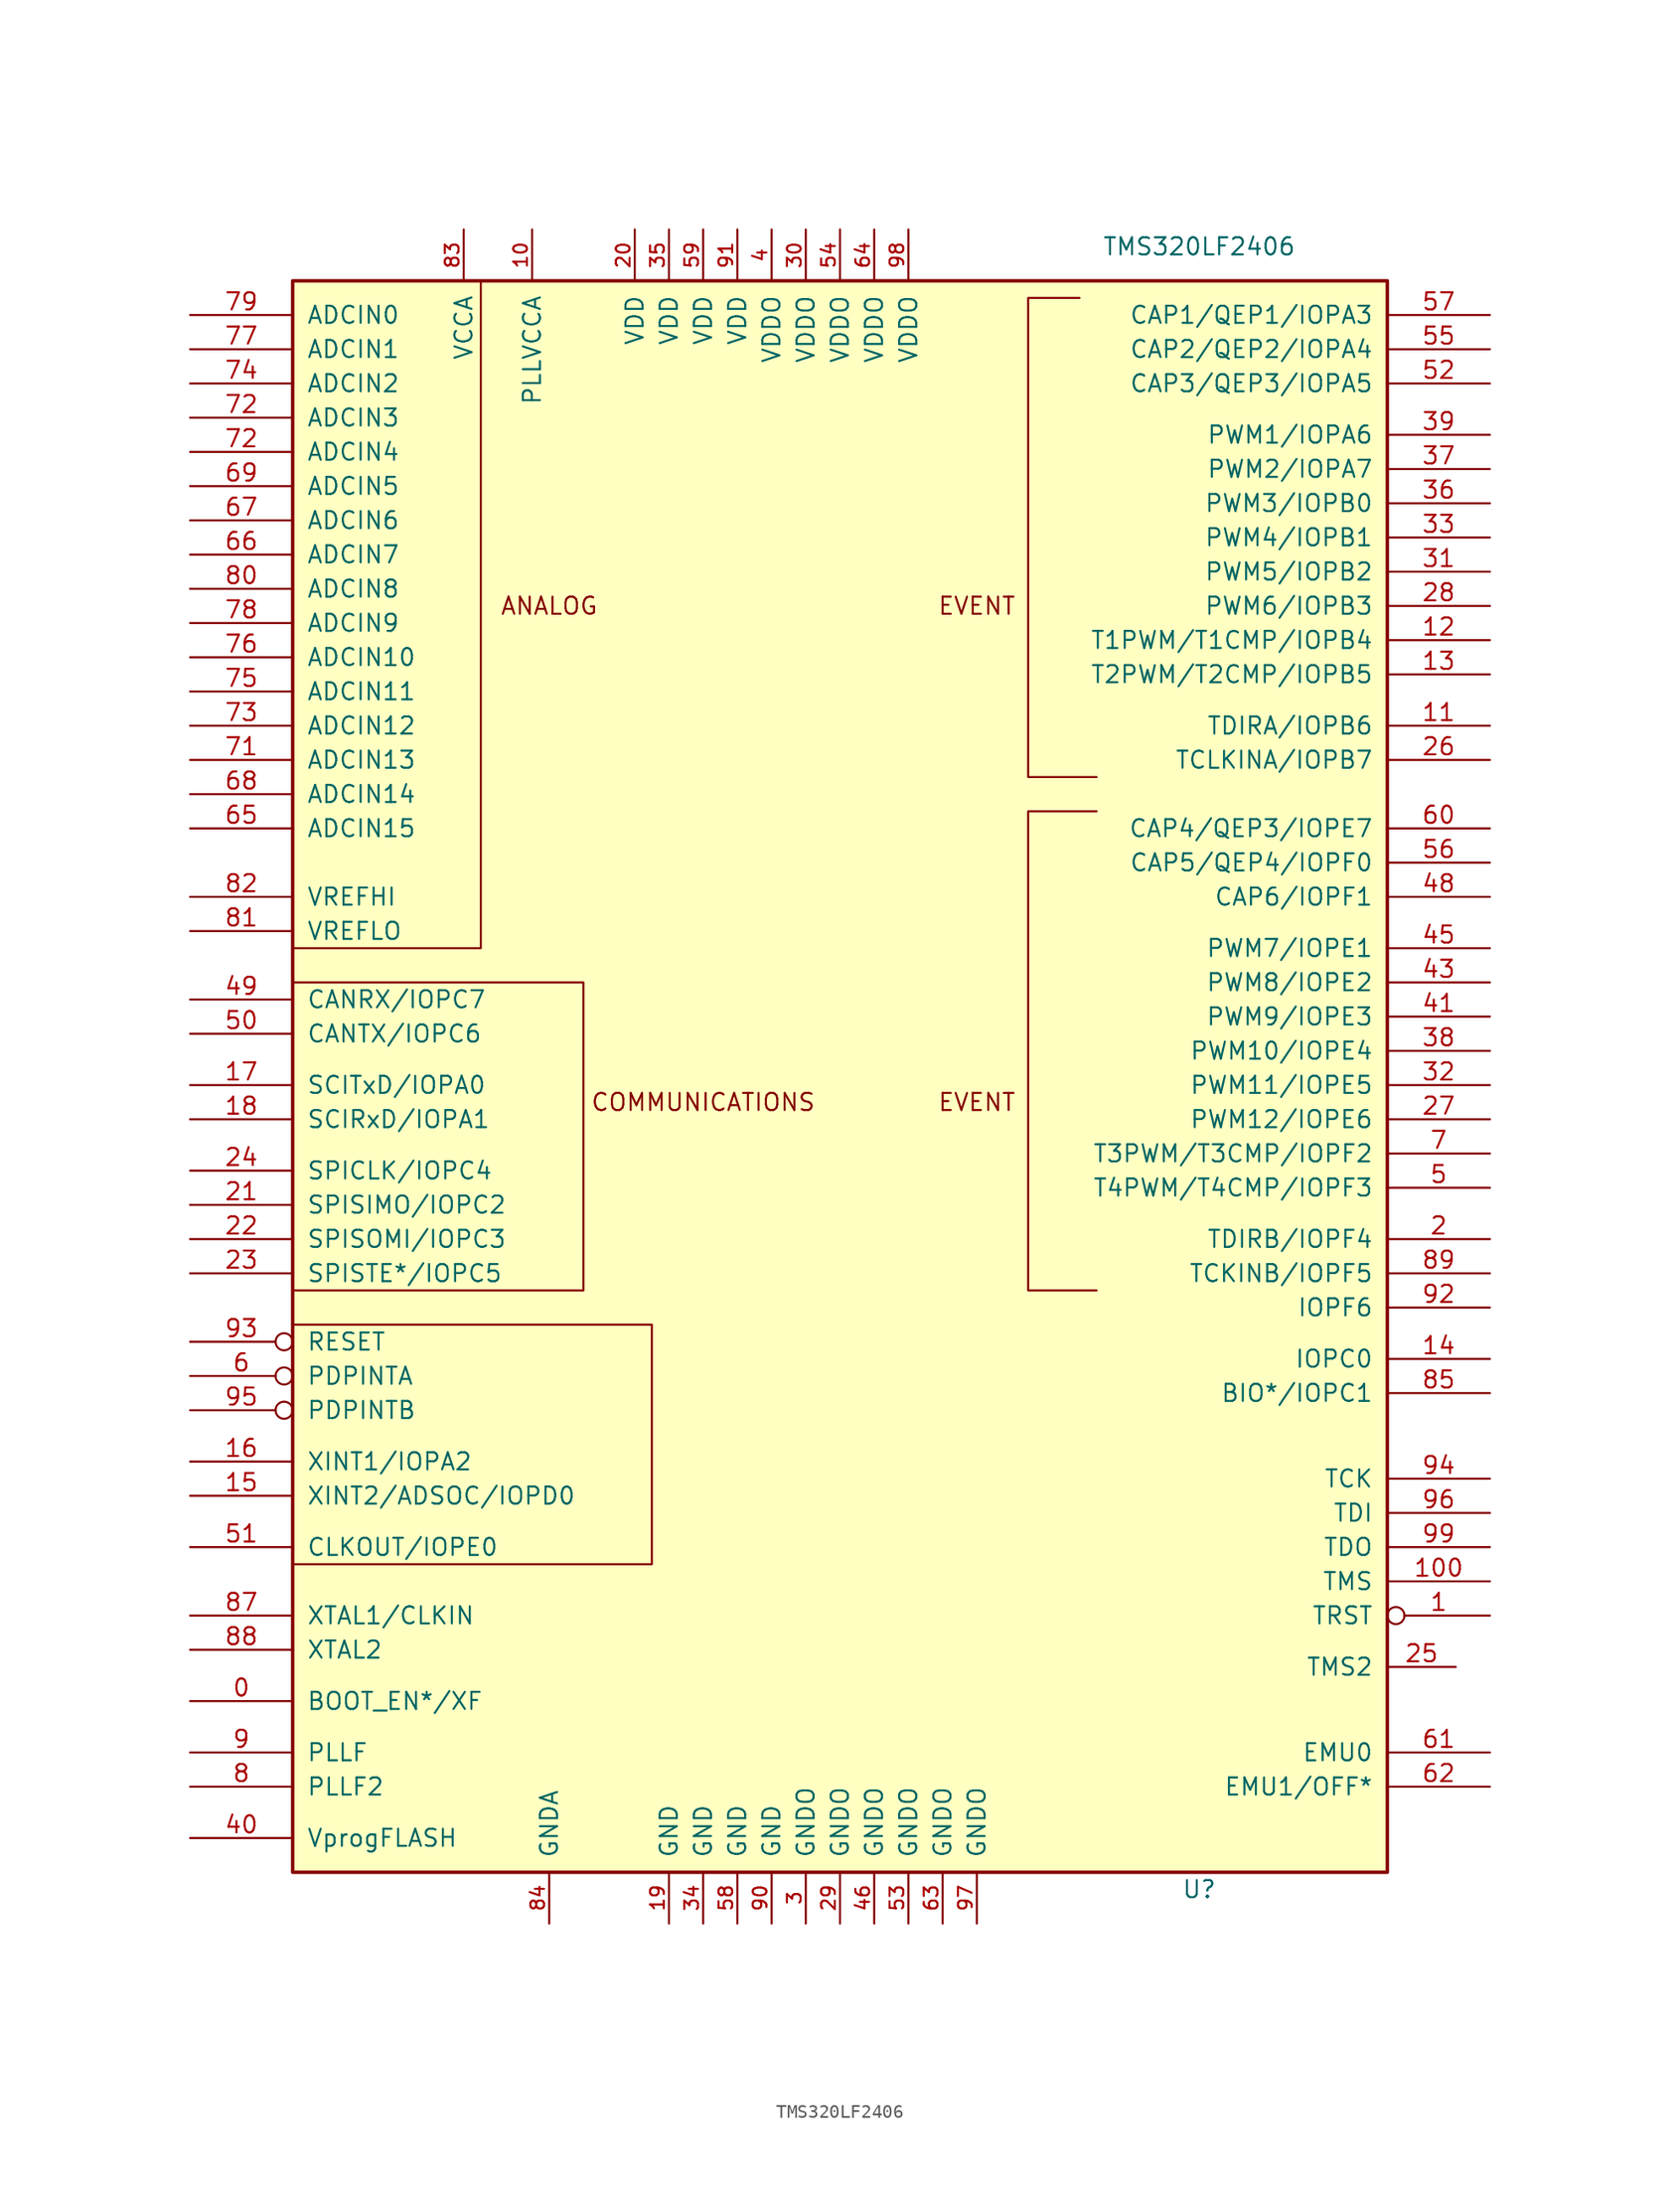
<source format=kicad_sym>
(kicad_symbol_lib
  (version 20241209)
  (generator "kicad_symbol_editor")
  (generator_version "9.0")
  (symbol "TMS320LF2406"
    (pin_names
      (offset 1.016))
    (property "Reference" "U"
      (at 26.67 -60.96 0)
      (effects (font (size 1.27 1.27))))
    (property "Value" "TMS320LF2406"
      (at 26.67 60.96 0)
      (effects (font (size 1.27 1.27))))
    (symbol "TMS320LF2406_0_1"
      (rectangle (start -40.64 58.42) (end 40.64 -59.69) (stroke (width 0.254) (type default)) (fill (type background)))
      (polyline (pts (xy -40.64 6.35) (xy -19.05 6.35) (xy -19.05 -16.51) (xy -40.64 -16.51)) (stroke (width 0) (type default)) (fill (type none)))
      (polyline (pts (xy -40.64 -19.05) (xy -13.97 -19.05) (xy -13.97 -36.83) (xy -40.64 -36.83)) (stroke (width 0) (type default)) (fill (type none)))
      (polyline (pts (xy -26.67 58.42) (xy -26.67 8.89) (xy -40.64 8.89)) (stroke (width 0) (type default)) (fill (type none)))
      (polyline (pts (xy 17.78 57.15) (xy 13.97 57.15) (xy 13.97 21.59) (xy 19.05 21.59)) (stroke (width 0) (type default)) (fill (type none)))
      (polyline (pts (xy 19.05 19.05) (xy 13.97 19.05) (xy 13.97 -16.51) (xy 19.05 -16.51)) (stroke (width 0) (type default)) (fill (type none)))
      (text "ANALOG" (at -21.59 34.29 0) (effects (font (size 1.27 1.27))))
      (text "COMMUNICATIONS" (at -10.16 -2.54 0) (effects (font (size 1.27 1.27))))
      (text "EVENT" (at 10.16 34.29 0) (effects (font (size 1.27 1.27))))
      (text "EVENT" (at 10.16 -2.54 0) (effects (font (size 1.27 1.27))))
      (pin input line (at -48.26 53.34 0) (length 7.62) (name "ADCIN1" (effects (font (size 1.27 1.27)))) (number "77" (effects (font (size 1.27 1.27))))))
    (symbol "TMS320LF2406_1_1"
      (pin input line (at -48.26 55.88 0) (length 7.62) (name "ADCIN0" (effects (font (size 1.27 1.27)))) (number "79" (effects (font (size 1.27 1.27)))))
      (pin input line (at -48.26 50.8 0) (length 7.62) (name "ADCIN2" (effects (font (size 1.27 1.27)))) (number "74" (effects (font (size 1.27 1.27)))))
      (pin input line (at -48.26 48.26 0) (length 7.62) (name "ADCIN3" (effects (font (size 1.27 1.27)))) (number "72" (effects (font (size 1.27 1.27)))))
      (pin input line (at -48.26 45.72 0) (length 7.62) (name "ADCIN4" (effects (font (size 1.27 1.27)))) (number "72" (effects (font (size 1.27 1.27)))))
      (pin input line (at -48.26 43.18 0) (length 7.62) (name "ADCIN5" (effects (font (size 1.27 1.27)))) (number "69" (effects (font (size 1.27 1.27)))))
      (pin input line (at -48.26 40.64 0) (length 7.62) (name "ADCIN6" (effects (font (size 1.27 1.27)))) (number "67" (effects (font (size 1.27 1.27)))))
      (pin input line (at -48.26 38.1 0) (length 7.62) (name "ADCIN7" (effects (font (size 1.27 1.27)))) (number "66" (effects (font (size 1.27 1.27)))))
      (pin input line (at -48.26 35.56 0) (length 7.62) (name "ADCIN8" (effects (font (size 1.27 1.27)))) (number "80" (effects (font (size 1.27 1.27)))))
      (pin input line (at -48.26 33.02 0) (length 7.62) (name "ADCIN9" (effects (font (size 1.27 1.27)))) (number "78" (effects (font (size 1.27 1.27)))))
      (pin input line (at -48.26 30.48 0) (length 7.62) (name "ADCIN10" (effects (font (size 1.27 1.27)))) (number "76" (effects (font (size 1.27 1.27)))))
      (pin input line (at -48.26 27.94 0) (length 7.62) (name "ADCIN11" (effects (font (size 1.27 1.27)))) (number "75" (effects (font (size 1.27 1.27)))))
      (pin input line (at -48.26 25.4 0) (length 7.62) (name "ADCIN12" (effects (font (size 1.27 1.27)))) (number "73" (effects (font (size 1.27 1.27)))))
      (pin input line (at -48.26 22.86 0) (length 7.62) (name "ADCIN13" (effects (font (size 1.27 1.27)))) (number "71" (effects (font (size 1.27 1.27)))))
      (pin input line (at -48.26 20.32 0) (length 7.62) (name "ADCIN14" (effects (font (size 1.27 1.27)))) (number "68" (effects (font (size 1.27 1.27)))))
      (pin input line (at -48.26 17.78 0) (length 7.62) (name "ADCIN15" (effects (font (size 1.27 1.27)))) (number "65" (effects (font (size 1.27 1.27)))))
      (pin input line (at -48.26 12.7 0) (length 7.62) (name "VREFHI" (effects (font (size 1.27 1.27)))) (number "82" (effects (font (size 1.27 1.27)))))
      (pin input line (at -48.26 10.16 0) (length 7.62) (name "VREFLO" (effects (font (size 1.27 1.27)))) (number "81" (effects (font (size 1.27 1.27)))))
      (pin bidirectional line (at -48.26 5.08 0) (length 7.62) (name "CANRX/IOPC7" (effects (font (size 1.27 1.27)))) (number "49" (effects (font (size 1.27 1.27)))))
      (pin bidirectional line (at -48.26 2.54 0) (length 7.62) (name "CANTX/IOPC6" (effects (font (size 1.27 1.27)))) (number "50" (effects (font (size 1.27 1.27)))))
      (pin bidirectional line (at -48.26 -1.27 0) (length 7.62) (name "SCITxD/IOPA0" (effects (font (size 1.27 1.27)))) (number "17" (effects (font (size 1.27 1.27)))))
      (pin bidirectional line (at -48.26 -3.81 0) (length 7.62) (name "SCIRxD/IOPA1" (effects (font (size 1.27 1.27)))) (number "18" (effects (font (size 1.27 1.27)))))
      (pin bidirectional line (at -48.26 -7.62 0) (length 7.62) (name "SPICLK/IOPC4" (effects (font (size 1.27 1.27)))) (number "24" (effects (font (size 1.27 1.27)))))
      (pin bidirectional line (at -48.26 -10.16 0) (length 7.62) (name "SPISIMO/IOPC2" (effects (font (size 1.27 1.27)))) (number "21" (effects (font (size 1.27 1.27)))))
      (pin bidirectional line (at -48.26 -12.7 0) (length 7.62) (name "SPISOMI/IOPC3" (effects (font (size 1.27 1.27)))) (number "22" (effects (font (size 1.27 1.27)))))
      (pin bidirectional line (at -48.26 -15.24 0) (length 7.62) (name "SPISTE*/IOPC5" (effects (font (size 1.27 1.27)))) (number "23" (effects (font (size 1.27 1.27)))))
      (pin input inverted (at -48.26 -20.32 0) (length 7.62) (name "RESET" (effects (font (size 1.27 1.27)))) (number "93" (effects (font (size 1.27 1.27)))))
      (pin input inverted (at -48.26 -22.86 0) (length 7.62) (name "PDPINTA" (effects (font (size 1.27 1.27)))) (number "6" (effects (font (size 1.27 1.27)))))
      (pin input inverted (at -48.26 -25.4 0) (length 7.62) (name "PDPINTB" (effects (font (size 1.27 1.27)))) (number "95" (effects (font (size 1.27 1.27)))))
      (pin bidirectional line (at -48.26 -29.21 0) (length 7.62) (name "XINT1/IOPA2" (effects (font (size 1.27 1.27)))) (number "16" (effects (font (size 1.27 1.27)))))
      (pin bidirectional line (at -48.26 -31.75 0) (length 7.62) (name "XINT2/ADSOC/IOPD0" (effects (font (size 1.27 1.27)))) (number "15" (effects (font (size 1.27 1.27)))))
      (pin bidirectional line (at -48.26 -35.56 0) (length 7.62) (name "CLKOUT/IOPE0" (effects (font (size 1.27 1.27)))) (number "51" (effects (font (size 1.27 1.27)))))
      (pin input line (at -48.26 -40.64 0) (length 7.62) (name "XTAL1/CLKIN" (effects (font (size 1.27 1.27)))) (number "87" (effects (font (size 1.27 1.27)))))
      (pin output line (at -48.26 -43.18 0) (length 7.62) (name "XTAL2" (effects (font (size 1.27 1.27)))) (number "88" (effects (font (size 1.27 1.27)))))
      (pin input line (at -48.26 -46.99 0) (length 7.62) (name "BOOT_EN*/XF" (effects (font (size 1.27 1.27)))) (number "0" (effects (font (size 1.27 1.27)))))
      (pin input line (at -48.26 -50.8 0) (length 7.62) (name "PLLF" (effects (font (size 1.27 1.27)))) (number "9" (effects (font (size 1.27 1.27)))))
      (pin input line (at -48.26 -53.34 0) (length 7.62) (name "PLLF2" (effects (font (size 1.27 1.27)))) (number "8" (effects (font (size 1.27 1.27)))))
      (pin input line (at -48.26 -57.15 0) (length 7.62) (name "VprogFLASH" (effects (font (size 1.27 1.27)))) (number "40" (effects (font (size 1.27 1.27)))))
      (pin power_in line (at -27.94 62.23 270) (length 3.81) (name "VCCA" (effects (font (size 1.27 1.27)))) (number "83" (effects (font (size 1.016 1.016)))))
      (pin power_in line (at -22.86 62.23 270) (length 3.81) (name "PLLVCCA" (effects (font (size 1.27 1.27)))) (number "10" (effects (font (size 1.016 1.016)))))
      (pin power_in line (at -21.59 -63.5 90) (length 3.81) (name "GNDA" (effects (font (size 1.27 1.27)))) (number "84" (effects (font (size 1.016 1.016)))))
      (pin power_in line (at -15.24 62.23 270) (length 3.81) (name "VDD" (effects (font (size 1.27 1.27)))) (number "20" (effects (font (size 1.016 1.016)))))
      (pin power_in line (at -12.7 62.23 270) (length 3.81) (name "VDD" (effects (font (size 1.27 1.27)))) (number "35" (effects (font (size 1.016 1.016)))))
      (pin power_in line (at -12.7 -63.5 90) (length 3.81) (name "GND" (effects (font (size 1.27 1.27)))) (number "19" (effects (font (size 1.016 1.016)))))
      (pin power_in line (at -10.16 62.23 270) (length 3.81) (name "VDD" (effects (font (size 1.27 1.27)))) (number "59" (effects (font (size 1.016 1.016)))))
      (pin power_in line (at -10.16 -63.5 90) (length 3.81) (name "GND" (effects (font (size 1.27 1.27)))) (number "34" (effects (font (size 1.016 1.016)))))
      (pin power_in line (at -7.62 62.23 270) (length 3.81) (name "VDD" (effects (font (size 1.27 1.27)))) (number "91" (effects (font (size 1.016 1.016)))))
      (pin power_in line (at -7.62 -63.5 90) (length 3.81) (name "GND" (effects (font (size 1.27 1.27)))) (number "58" (effects (font (size 1.016 1.016)))))
      (pin power_in line (at -5.08 62.23 270) (length 3.81) (name "VDDO" (effects (font (size 1.27 1.27)))) (number "4" (effects (font (size 1.016 1.016)))))
      (pin power_in line (at -5.08 -63.5 90) (length 3.81) (name "GND" (effects (font (size 1.27 1.27)))) (number "90" (effects (font (size 1.016 1.016)))))
      (pin power_in line (at -2.54 62.23 270) (length 3.81) (name "VDDO" (effects (font (size 1.27 1.27)))) (number "30" (effects (font (size 1.016 1.016)))))
      (pin power_in line (at -2.54 -63.5 90) (length 3.81) (name "GNDO" (effects (font (size 1.27 1.27)))) (number "3" (effects (font (size 1.016 1.016)))))
      (pin power_in line (at 0 62.23 270) (length 3.81) (name "VDDO" (effects (font (size 1.27 1.27)))) (number "54" (effects (font (size 1.016 1.016)))))
      (pin power_in line (at 0 -63.5 90) (length 3.81) (name "GNDO" (effects (font (size 1.27 1.27)))) (number "29" (effects (font (size 1.016 1.016)))))
      (pin power_in line (at 2.54 62.23 270) (length 3.81) (name "VDDO" (effects (font (size 1.27 1.27)))) (number "64" (effects (font (size 1.016 1.016)))))
      (pin power_in line (at 2.54 -63.5 90) (length 3.81) (name "GNDO" (effects (font (size 1.27 1.27)))) (number "46" (effects (font (size 1.016 1.016)))))
      (pin power_in line (at 5.08 62.23 270) (length 3.81) (name "VDDO" (effects (font (size 1.27 1.27)))) (number "98" (effects (font (size 1.016 1.016)))))
      (pin power_in line (at 5.08 -63.5 90) (length 3.81) (name "GNDO" (effects (font (size 1.27 1.27)))) (number "53" (effects (font (size 1.016 1.016)))))
      (pin power_in line (at 7.62 -63.5 90) (length 3.81) (name "GNDO" (effects (font (size 1.27 1.27)))) (number "63" (effects (font (size 1.016 1.016)))))
      (pin power_in line (at 10.16 -63.5 90) (length 3.81) (name "GNDO" (effects (font (size 1.27 1.27)))) (number "97" (effects (font (size 1.016 1.016)))))
      (pin input line (at 45.72 -44.45 180) (length 5.08) (name "TMS2" (effects (font (size 1.27 1.27)))) (number "25" (effects (font (size 1.27 1.27)))))
      (pin bidirectional line (at 48.26 55.88 180) (length 7.62) (name "CAP1/QEP1/IOPA3" (effects (font (size 1.27 1.27)))) (number "57" (effects (font (size 1.27 1.27)))))
      (pin bidirectional line (at 48.26 53.34 180) (length 7.62) (name "CAP2/QEP2/IOPA4" (effects (font (size 1.27 1.27)))) (number "55" (effects (font (size 1.27 1.27)))))
      (pin bidirectional line (at 48.26 50.8 180) (length 7.62) (name "CAP3/QEP3/IOPA5" (effects (font (size 1.27 1.27)))) (number "52" (effects (font (size 1.27 1.27)))))
      (pin bidirectional line (at 48.26 46.99 180) (length 7.62) (name "PWM1/IOPA6" (effects (font (size 1.27 1.27)))) (number "39" (effects (font (size 1.27 1.27)))))
      (pin bidirectional line (at 48.26 44.45 180) (length 7.62) (name "PWM2/IOPA7" (effects (font (size 1.27 1.27)))) (number "37" (effects (font (size 1.27 1.27)))))
      (pin bidirectional line (at 48.26 41.91 180) (length 7.62) (name "PWM3/IOPB0" (effects (font (size 1.27 1.27)))) (number "36" (effects (font (size 1.27 1.27)))))
      (pin bidirectional line (at 48.26 39.37 180) (length 7.62) (name "PWM4/IOPB1" (effects (font (size 1.27 1.27)))) (number "33" (effects (font (size 1.27 1.27)))))
      (pin bidirectional line (at 48.26 36.83 180) (length 7.62) (name "PWM5/IOPB2" (effects (font (size 1.27 1.27)))) (number "31" (effects (font (size 1.27 1.27)))))
      (pin bidirectional line (at 48.26 34.29 180) (length 7.62) (name "PWM6/IOPB3" (effects (font (size 1.27 1.27)))) (number "28" (effects (font (size 1.27 1.27)))))
      (pin bidirectional line (at 48.26 31.75 180) (length 7.62) (name "T1PWM/T1CMP/IOPB4" (effects (font (size 1.27 1.27)))) (number "12" (effects (font (size 1.27 1.27)))))
      (pin bidirectional line (at 48.26 29.21 180) (length 7.62) (name "T2PWM/T2CMP/IOPB5" (effects (font (size 1.27 1.27)))) (number "13" (effects (font (size 1.27 1.27)))))
      (pin bidirectional line (at 48.26 25.4 180) (length 7.62) (name "TDIRA/IOPB6" (effects (font (size 1.27 1.27)))) (number "11" (effects (font (size 1.27 1.27)))))
      (pin bidirectional line (at 48.26 22.86 180) (length 7.62) (name "TCLKINA/IOPB7" (effects (font (size 1.27 1.27)))) (number "26" (effects (font (size 1.27 1.27)))))
      (pin bidirectional line (at 48.26 17.78 180) (length 7.62) (name "CAP4/QEP3/IOPE7" (effects (font (size 1.27 1.27)))) (number "60" (effects (font (size 1.27 1.27)))))
      (pin bidirectional line (at 48.26 15.24 180) (length 7.62) (name "CAP5/QEP4/IOPF0" (effects (font (size 1.27 1.27)))) (number "56" (effects (font (size 1.27 1.27)))))
      (pin bidirectional line (at 48.26 12.7 180) (length 7.62) (name "CAP6/IOPF1" (effects (font (size 1.27 1.27)))) (number "48" (effects (font (size 1.27 1.27)))))
      (pin bidirectional line (at 48.26 8.89 180) (length 7.62) (name "PWM7/IOPE1" (effects (font (size 1.27 1.27)))) (number "45" (effects (font (size 1.27 1.27)))))
      (pin bidirectional line (at 48.26 6.35 180) (length 7.62) (name "PWM8/IOPE2" (effects (font (size 1.27 1.27)))) (number "43" (effects (font (size 1.27 1.27)))))
      (pin bidirectional line (at 48.26 3.81 180) (length 7.62) (name "PWM9/IOPE3" (effects (font (size 1.27 1.27)))) (number "41" (effects (font (size 1.27 1.27)))))
      (pin bidirectional line (at 48.26 1.27 180) (length 7.62) (name "PWM10/IOPE4" (effects (font (size 1.27 1.27)))) (number "38" (effects (font (size 1.27 1.27)))))
      (pin bidirectional line (at 48.26 -1.27 180) (length 7.62) (name "PWM11/IOPE5" (effects (font (size 1.27 1.27)))) (number "32" (effects (font (size 1.27 1.27)))))
      (pin bidirectional line (at 48.26 -3.81 180) (length 7.62) (name "PWM12/IOPE6" (effects (font (size 1.27 1.27)))) (number "27" (effects (font (size 1.27 1.27)))))
      (pin bidirectional line (at 48.26 -6.35 180) (length 7.62) (name "T3PWM/T3CMP/IOPF2" (effects (font (size 1.27 1.27)))) (number "7" (effects (font (size 1.27 1.27)))))
      (pin bidirectional line (at 48.26 -8.89 180) (length 7.62) (name "T4PWM/T4CMP/IOPF3" (effects (font (size 1.27 1.27)))) (number "5" (effects (font (size 1.27 1.27)))))
      (pin bidirectional line (at 48.26 -12.7 180) (length 7.62) (name "TDIRB/IOPF4" (effects (font (size 1.27 1.27)))) (number "2" (effects (font (size 1.27 1.27)))))
      (pin bidirectional line (at 48.26 -15.24 180) (length 7.62) (name "TCKINB/IOPF5" (effects (font (size 1.27 1.27)))) (number "89" (effects (font (size 1.27 1.27)))))
      (pin bidirectional line (at 48.26 -17.78 180) (length 7.62) (name "IOPF6" (effects (font (size 1.27 1.27)))) (number "92" (effects (font (size 1.27 1.27)))))
      (pin bidirectional line (at 48.26 -21.59 180) (length 7.62) (name "IOPC0" (effects (font (size 1.27 1.27)))) (number "14" (effects (font (size 1.27 1.27)))))
      (pin bidirectional line (at 48.26 -24.13 180) (length 7.62) (name "BIO*/IOPC1" (effects (font (size 1.27 1.27)))) (number "85" (effects (font (size 1.27 1.27)))))
      (pin bidirectional line (at 48.26 -30.48 180) (length 7.62) (name "TCK" (effects (font (size 1.27 1.27)))) (number "94" (effects (font (size 1.27 1.27)))))
      (pin input line (at 48.26 -33.02 180) (length 7.62) (name "TDI" (effects (font (size 1.27 1.27)))) (number "96" (effects (font (size 1.27 1.27)))))
      (pin output line (at 48.26 -35.56 180) (length 7.62) (name "TDO" (effects (font (size 1.27 1.27)))) (number "99" (effects (font (size 1.27 1.27)))))
      (pin input line (at 48.26 -38.1 180) (length 7.62) (name "TMS" (effects (font (size 1.27 1.27)))) (number "100" (effects (font (size 1.27 1.27)))))
      (pin input inverted (at 48.26 -40.64 180) (length 7.62) (name "TRST" (effects (font (size 1.27 1.27)))) (number "1" (effects (font (size 1.27 1.27)))))
      (pin bidirectional line (at 48.26 -50.8 180) (length 7.62) (name "EMU0" (effects (font (size 1.27 1.27)))) (number "61" (effects (font (size 1.27 1.27)))))
      (pin bidirectional line (at 48.26 -53.34 180) (length 7.62) (name "EMU1/OFF*" (effects (font (size 1.27 1.27)))) (number "62" (effects (font (size 1.27 1.27))))))))
</source>
